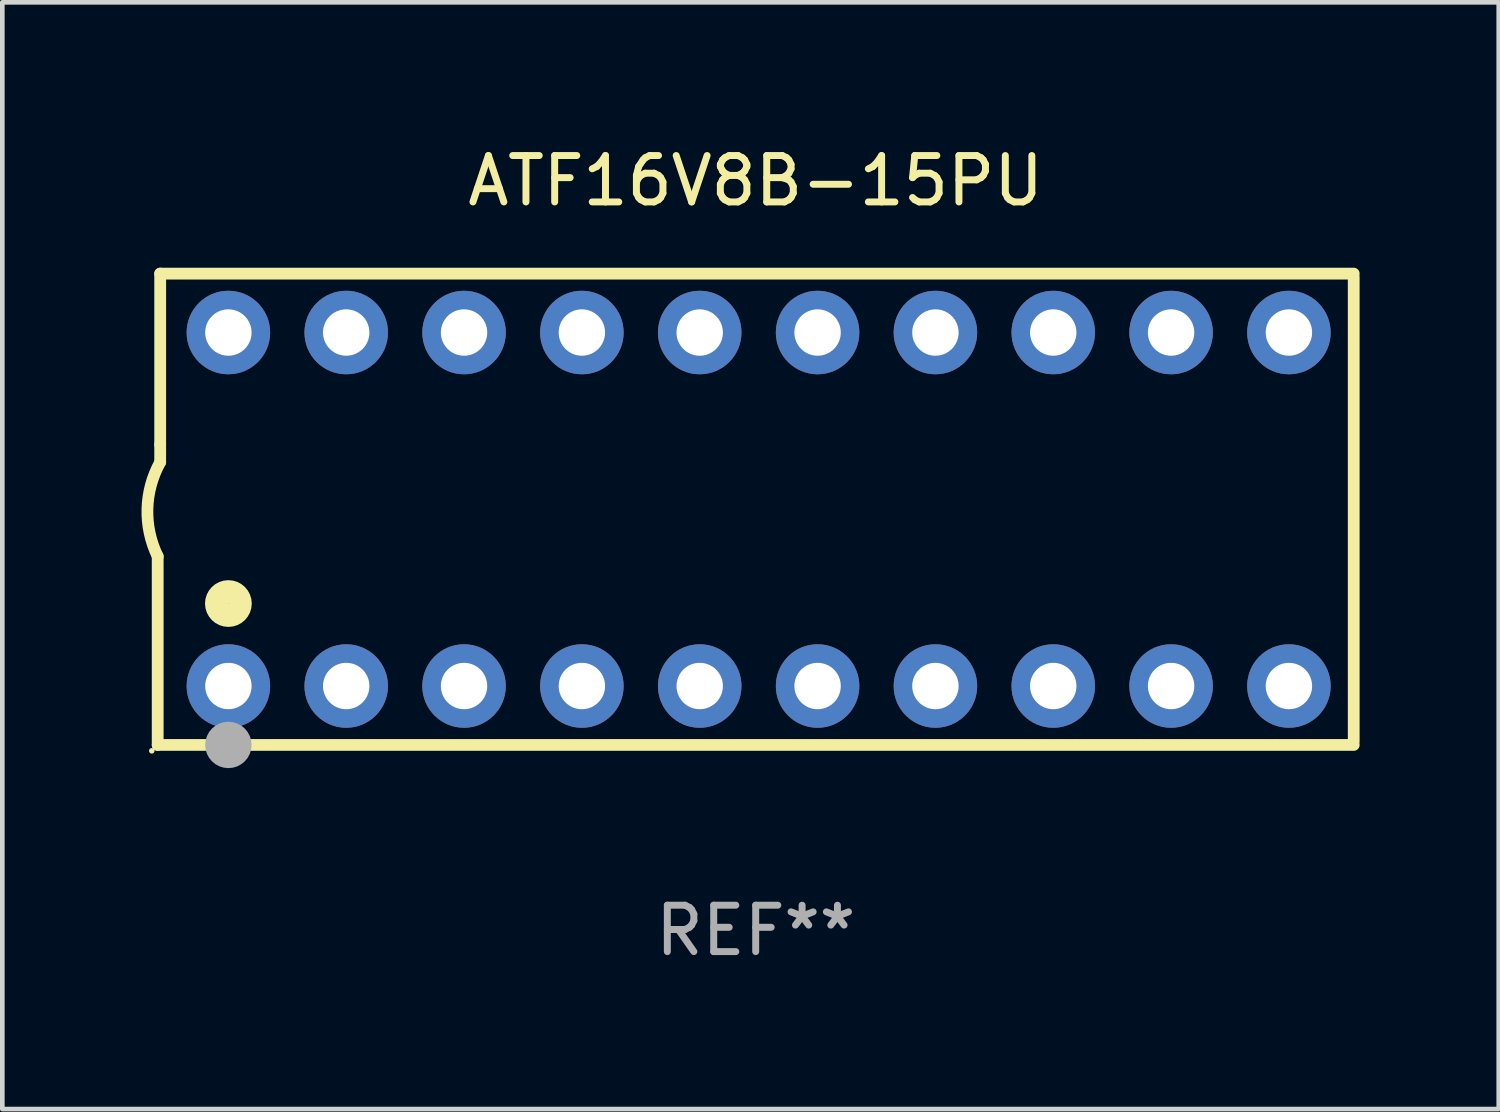
<source format=kicad_pcb>
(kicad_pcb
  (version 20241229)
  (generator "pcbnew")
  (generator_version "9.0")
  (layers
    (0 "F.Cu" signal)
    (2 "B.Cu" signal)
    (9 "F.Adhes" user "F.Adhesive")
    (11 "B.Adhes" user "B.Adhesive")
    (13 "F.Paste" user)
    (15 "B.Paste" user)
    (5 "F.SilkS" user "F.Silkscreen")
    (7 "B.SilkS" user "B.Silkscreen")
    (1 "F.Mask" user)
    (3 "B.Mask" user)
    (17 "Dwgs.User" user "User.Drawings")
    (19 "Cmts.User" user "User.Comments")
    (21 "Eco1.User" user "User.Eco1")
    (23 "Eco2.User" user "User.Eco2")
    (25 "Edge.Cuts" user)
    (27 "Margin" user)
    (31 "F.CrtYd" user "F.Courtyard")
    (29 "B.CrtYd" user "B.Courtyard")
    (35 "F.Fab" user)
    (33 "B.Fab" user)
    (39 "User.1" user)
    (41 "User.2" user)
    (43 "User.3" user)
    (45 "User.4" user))
  (footprint "ATF16V8B-15PU"
    (layer "F.Cu")
    (at 13.24 7.928)
    (property "Reference" "ATF16V8B-15PU" (at 0 -7.08 0) (layer "F.SilkS") (effects (font (size 1 1) (thickness 0.15))))
    (attr through_hole)
    (fp_line (start -12.891 5.08) (end -12.891 1.016) (stroke (width 0.254) (type solid)) (layer "F.SilkS"))
    (fp_line (start -12.891 5.08) (end 12.891 5.08) (stroke (width 0.254) (type solid)) (layer "F.SilkS"))
    (fp_line (start -12.837 -5.08) (end -12.837 -1.397) (stroke (width 0.254) (type solid)) (layer "F.SilkS"))
    (fp_line (start -12.837 -5.08) (end 12.891 -5.08) (stroke (width 0.254) (type solid)) (layer "F.SilkS"))
    (fp_line (start -12.837 -1.397) (end -12.837 -1.016) (stroke (width 0.254) (type solid)) (layer "F.SilkS"))
    (fp_line (start 12.891 -5) (end 12.891 5) (stroke (width 0.254) (type solid)) (layer "F.SilkS"))
    (fp_arc (start -12.890526 1.016002) (mid -13.111945 -0.006602) (end -12.836525 -1.016002) (stroke (width 0.254001) (type solid)) (layer "F.SilkS"))
    (fp_circle (center -13.018 5.207) (end -12.988 5.207) (stroke (width 0.06) (type solid)) (fill no) (layer "F.SilkS"))
    (fp_circle (center -11.367 2.032) (end -11.113 2.032) (stroke (width 0.5) (type solid)) (fill no) (layer "F.SilkS"))
    (fp_circle (center -11.367 5.08) (end -11.117 5.08) (stroke (width 0.5) (type solid)) (fill no) (layer "F.Fab"))
    (fp_text user "REF**" (at 0 9.08 0) (layer "F.Fab") (effects (font (size 1 1) (thickness 0.15))))
    (pad "1" thru_hole circle (at -11.367 3.81) (size 1.8 1.8) (drill 1) (layers "*.Cu" "*.Mask"))
    (pad "2" thru_hole circle (at -8.827 3.81) (size 1.8 1.8) (drill 1) (layers "*.Cu" "*.Mask"))
    (pad "3" thru_hole circle (at -6.287 3.81) (size 1.8 1.8) (drill 1) (layers "*.Cu" "*.Mask"))
    (pad "4" thru_hole circle (at -3.747 3.81) (size 1.8 1.8) (drill 1) (layers "*.Cu" "*.Mask"))
    (pad "5" thru_hole circle (at -1.207 3.81) (size 1.8 1.8) (drill 1) (layers "*.Cu" "*.Mask"))
    (pad "6" thru_hole circle (at 1.334 3.81) (size 1.8 1.8) (drill 1) (layers "*.Cu" "*.Mask"))
    (pad "7" thru_hole circle (at 3.874 3.81) (size 1.8 1.8) (drill 1) (layers "*.Cu" "*.Mask"))
    (pad "8" thru_hole circle (at 6.414 3.81) (size 1.8 1.8) (drill 1) (layers "*.Cu" "*.Mask"))
    (pad "9" thru_hole circle (at 8.954 3.81) (size 1.8 1.8) (drill 1) (layers "*.Cu" "*.Mask"))
    (pad "10" thru_hole circle (at 11.494 3.81) (size 1.8 1.8) (drill 1) (layers "*.Cu" "*.Mask"))
    (pad "11" thru_hole circle (at 11.494 -3.81) (size 1.8 1.8) (drill 1) (layers "*.Cu" "*.Mask"))
    (pad "12" thru_hole circle (at 8.954 -3.81) (size 1.8 1.8) (drill 1) (layers "*.Cu" "*.Mask"))
    (pad "13" thru_hole circle (at 6.414 -3.81) (size 1.8 1.8) (drill 1) (layers "*.Cu" "*.Mask"))
    (pad "14" thru_hole circle (at 3.874 -3.81) (size 1.8 1.8) (drill 1) (layers "*.Cu" "*.Mask"))
    (pad "15" thru_hole circle (at 1.334 -3.81) (size 1.8 1.8) (drill 1) (layers "*.Cu" "*.Mask"))
    (pad "16" thru_hole circle (at -1.207 -3.81) (size 1.8 1.8) (drill 1) (layers "*.Cu" "*.Mask"))
    (pad "17" thru_hole circle (at -3.747 -3.81) (size 1.8 1.8) (drill 1) (layers "*.Cu" "*.Mask"))
    (pad "18" thru_hole circle (at -6.287 -3.81) (size 1.8 1.8) (drill 1) (layers "*.Cu" "*.Mask"))
    (pad "19" thru_hole circle (at -8.827 -3.81) (size 1.8 1.8) (drill 1) (layers "*.Cu" "*.Mask"))
    (pad "20" thru_hole circle (at -11.367 -3.81) (size 1.8 1.8) (drill 1) (layers "*.Cu" "*.Mask")))
  (gr_rect
    (start -3 -3)
    (end 29.257 20.857)
    (stroke (width 0.1) (type default))
    (fill no)
    (layer "Edge.Cuts")))
</source>
